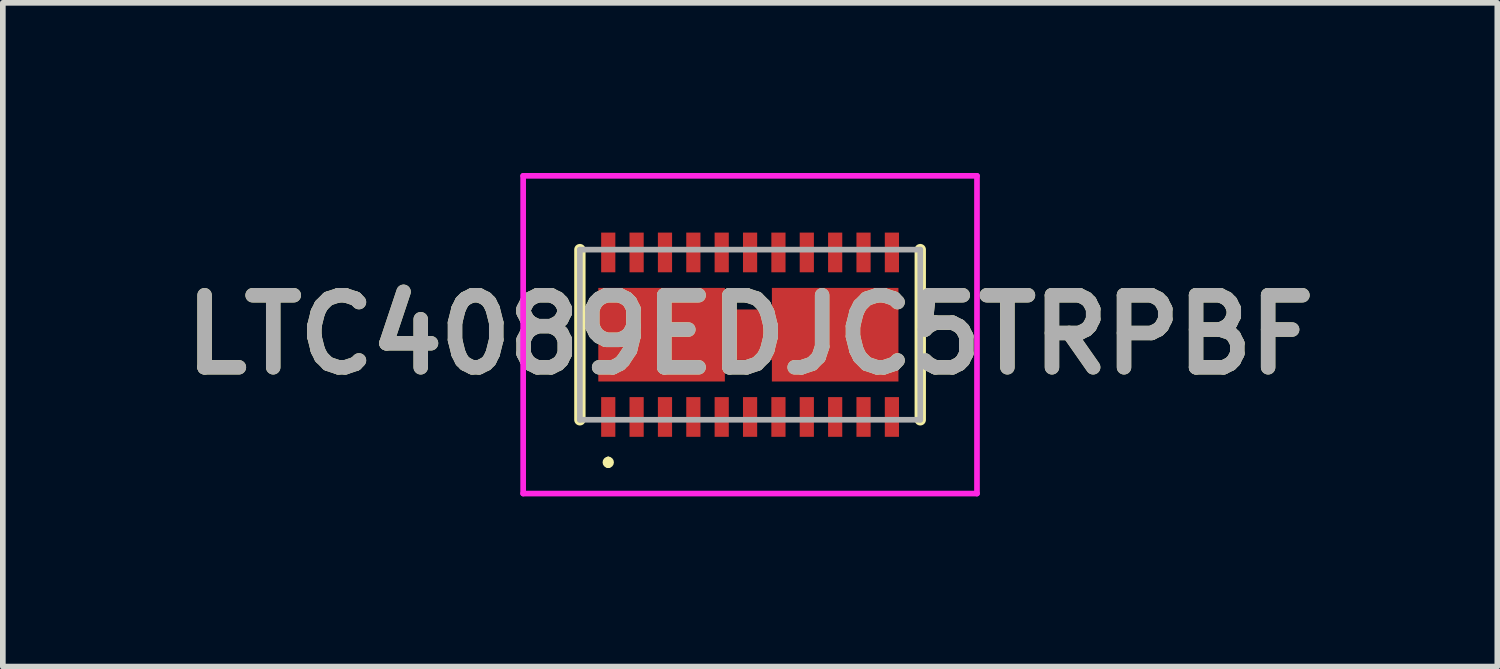
<source format=kicad_pcb>
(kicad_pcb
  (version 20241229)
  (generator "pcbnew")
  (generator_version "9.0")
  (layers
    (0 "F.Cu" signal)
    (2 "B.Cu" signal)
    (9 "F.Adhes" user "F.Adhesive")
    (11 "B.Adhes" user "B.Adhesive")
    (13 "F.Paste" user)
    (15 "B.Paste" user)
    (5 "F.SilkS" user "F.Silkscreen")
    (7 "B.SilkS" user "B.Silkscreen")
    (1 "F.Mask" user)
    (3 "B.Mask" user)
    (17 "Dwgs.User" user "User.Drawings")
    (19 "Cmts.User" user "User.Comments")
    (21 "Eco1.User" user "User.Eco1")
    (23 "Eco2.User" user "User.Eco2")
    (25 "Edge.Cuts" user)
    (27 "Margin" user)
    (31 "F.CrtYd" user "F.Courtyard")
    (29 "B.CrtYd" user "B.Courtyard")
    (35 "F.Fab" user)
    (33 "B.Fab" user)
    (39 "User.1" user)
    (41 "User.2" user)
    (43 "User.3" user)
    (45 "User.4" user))
  (footprint "LTC4089EDJC5TRPBF"
    (layer "F.Cu")
    (at 10.172 2.85)
    (property "Reference" "LTC4089EDJC5TRPBF" (at 0 0 0) (layer "F.SilkS") (effects (font (size 1.27 1.27) (thickness 0.254))))
    (attr smd)
    (fp_line (start -3 -1.5) (end -3 1.5) (stroke (width 0.2) (type solid)) (layer "F.SilkS"))
    (fp_line (start -2.5 2.2) (end -2.5 2.2) (stroke (width 0.1) (type solid)) (layer "F.SilkS"))
    (fp_line (start -2.5 2.3) (end -2.5 2.3) (stroke (width 0.1) (type solid)) (layer "F.SilkS"))
    (fp_line (start 3 -1.5) (end 3 1.5) (stroke (width 0.2) (type solid)) (layer "F.SilkS"))
    (fp_arc (start -2.5 2.2) (mid -2.45 2.25) (end -2.5 2.3) (stroke (width 0.1) (type solid)) (layer "F.SilkS"))
    (fp_arc (start -2.5 2.3) (mid -2.55 2.25) (end -2.5 2.2) (stroke (width 0.1) (type solid)) (layer "F.SilkS"))
    (fp_line (start -4 -2.8) (end 4 -2.8) (stroke (width 0.1) (type solid)) (layer "F.CrtYd"))
    (fp_line (start -4 2.8) (end -4 -2.8) (stroke (width 0.1) (type solid)) (layer "F.CrtYd"))
    (fp_line (start 4 -2.8) (end 4 2.8) (stroke (width 0.1) (type solid)) (layer "F.CrtYd"))
    (fp_line (start 4 2.8) (end -4 2.8) (stroke (width 0.1) (type solid)) (layer "F.CrtYd"))
    (fp_line (start -3 -1.5) (end 3 -1.5) (stroke (width 0.1) (type solid)) (layer "F.Fab"))
    (fp_line (start -3 1.5) (end -3 -1.5) (stroke (width 0.1) (type solid)) (layer "F.Fab"))
    (fp_line (start 3 -1.5) (end 3 1.5) (stroke (width 0.1) (type solid)) (layer "F.Fab"))
    (fp_line (start 3 1.5) (end -3 1.5) (stroke (width 0.1) (type solid)) (layer "F.Fab"))
    (fp_text user "${REFERENCE}" (at 0 0 0) (layer "F.Fab") (effects (font (size 1.27 1.27) (thickness 0.254))))
    (pad "1" smd rect (at -2.5 1.45) (size 0.25 0.7) (layers "F.Cu" "F.Mask" "F.Paste"))
    (pad "2" smd rect (at -2 1.45) (size 0.25 0.7) (layers "F.Cu" "F.Mask" "F.Paste"))
    (pad "3" smd rect (at -1.5 1.45) (size 0.25 0.7) (layers "F.Cu" "F.Mask" "F.Paste"))
    (pad "4" smd rect (at -1 1.45) (size 0.25 0.7) (layers "F.Cu" "F.Mask" "F.Paste"))
    (pad "5" smd rect (at -0.5 1.45) (size 0.25 0.7) (layers "F.Cu" "F.Mask" "F.Paste"))
    (pad "6" smd rect (at 0 1.45) (size 0.25 0.7) (layers "F.Cu" "F.Mask" "F.Paste"))
    (pad "7" smd rect (at 0.5 1.45) (size 0.25 0.7) (layers "F.Cu" "F.Mask" "F.Paste"))
    (pad "8" smd rect (at 1 1.45) (size 0.25 0.7) (layers "F.Cu" "F.Mask" "F.Paste"))
    (pad "9" smd rect (at 1.5 1.45) (size 0.25 0.7) (layers "F.Cu" "F.Mask" "F.Paste"))
    (pad "10" smd rect (at 2 1.45) (size 0.25 0.7) (layers "F.Cu" "F.Mask" "F.Paste"))
    (pad "11" smd rect (at 2.5 1.45) (size 0.25 0.7) (layers "F.Cu" "F.Mask" "F.Paste"))
    (pad "12" smd rect (at 2.5 -1.45) (size 0.25 0.7) (layers "F.Cu" "F.Mask" "F.Paste"))
    (pad "13" smd rect (at 2 -1.45) (size 0.25 0.7) (layers "F.Cu" "F.Mask" "F.Paste"))
    (pad "14" smd rect (at 1.5 -1.45) (size 0.25 0.7) (layers "F.Cu" "F.Mask" "F.Paste"))
    (pad "15" smd rect (at 1 -1.45) (size 0.25 0.7) (layers "F.Cu" "F.Mask" "F.Paste"))
    (pad "16" smd rect (at 0.5 -1.45) (size 0.25 0.7) (layers "F.Cu" "F.Mask" "F.Paste"))
    (pad "17" smd rect (at 0 -1.45) (size 0.25 0.7) (layers "F.Cu" "F.Mask" "F.Paste"))
    (pad "18" smd rect (at -0.5 -1.45) (size 0.25 0.7) (layers "F.Cu" "F.Mask" "F.Paste"))
    (pad "19" smd rect (at -1 -1.45) (size 0.25 0.7) (layers "F.Cu" "F.Mask" "F.Paste"))
    (pad "20" smd rect (at -1.5 -1.45) (size 0.25 0.7) (layers "F.Cu" "F.Mask" "F.Paste"))
    (pad "21" smd rect (at -2 -1.45) (size 0.25 0.7) (layers "F.Cu" "F.Mask" "F.Paste"))
    (pad "22" smd rect (at -2.5 -1.45) (size 0.25 0.7) (layers "F.Cu" "F.Mask" "F.Paste"))
    (pad "23" smd rect (at 0 0 90) (size 0.889 0.889) (layers "F.Cu" "F.Mask" "F.Paste"))
    (pad "24" smd rect (at -1.56 0 90) (size 1.65 2.231) (layers "F.Cu" "F.Mask" "F.Paste"))
    (pad "25" smd rect (at 1.5 0 90) (size 1.65 2.231) (layers "F.Cu" "F.Mask" "F.Paste")))
  (gr_rect
    (start -3 -3)
    (end 23.344 8.7)
    (stroke (width 0.1) (type default))
    (fill no)
    (layer "Edge.Cuts")))
</source>
